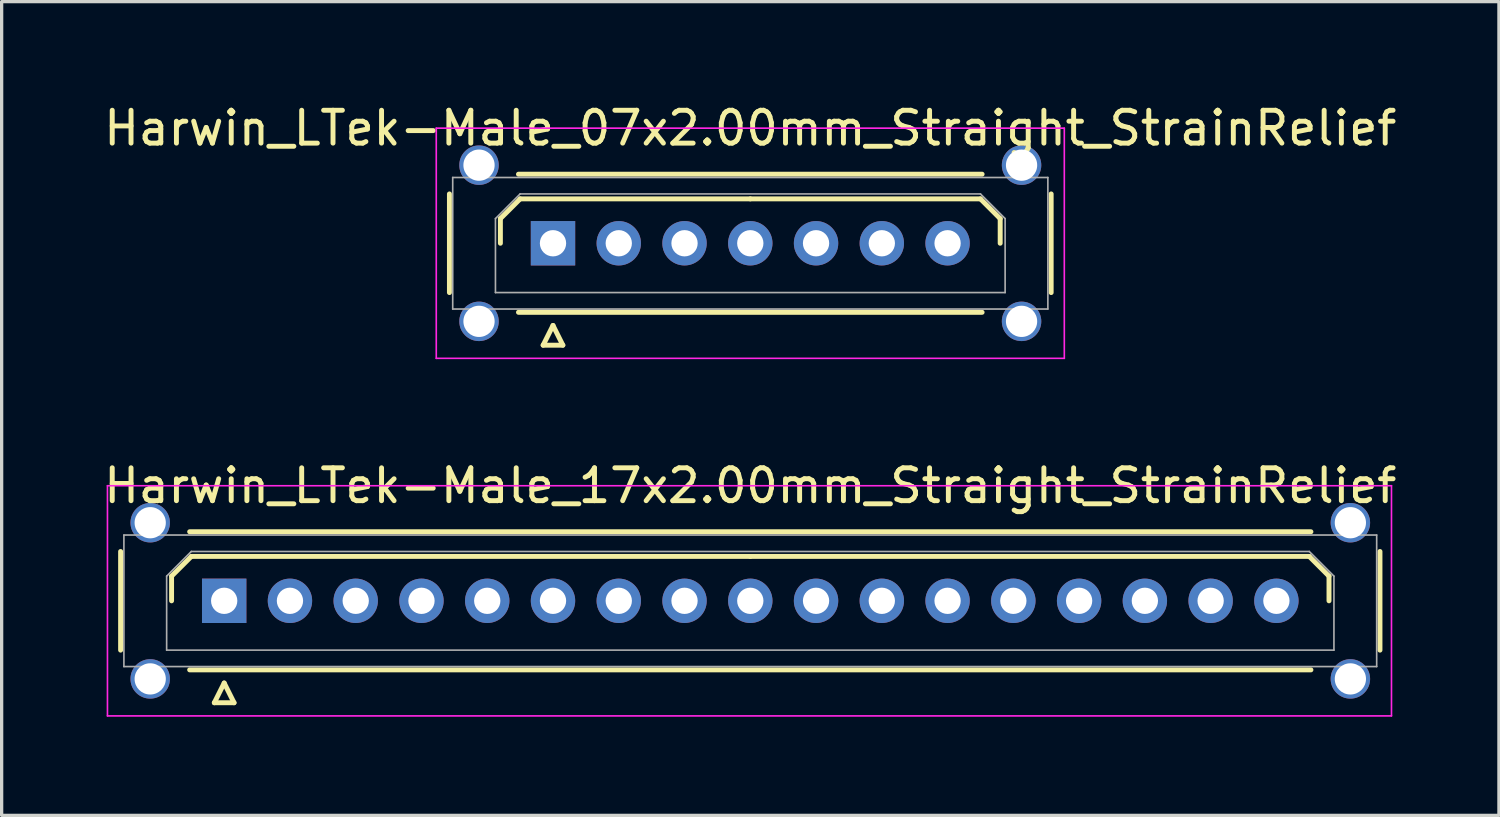
<source format=kicad_pcb>
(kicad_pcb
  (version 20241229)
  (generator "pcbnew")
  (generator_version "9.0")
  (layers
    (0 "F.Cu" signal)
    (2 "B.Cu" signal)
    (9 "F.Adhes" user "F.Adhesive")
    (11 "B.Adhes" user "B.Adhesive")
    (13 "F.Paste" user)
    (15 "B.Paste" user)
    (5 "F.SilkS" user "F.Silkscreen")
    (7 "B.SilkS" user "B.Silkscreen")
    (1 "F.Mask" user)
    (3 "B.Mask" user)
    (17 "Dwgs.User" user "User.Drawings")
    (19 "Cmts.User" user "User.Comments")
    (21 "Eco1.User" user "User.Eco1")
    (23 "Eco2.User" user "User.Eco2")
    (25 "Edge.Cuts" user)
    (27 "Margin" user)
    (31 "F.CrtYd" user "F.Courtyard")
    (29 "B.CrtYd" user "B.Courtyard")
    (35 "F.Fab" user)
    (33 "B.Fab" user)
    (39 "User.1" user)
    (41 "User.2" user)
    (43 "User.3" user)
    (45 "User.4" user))
  (footprint "Harwin_LTek-Male_17x2.00mm_Straight_StrainRelief"
    (layer "F.Cu")
    (at 3.768 15.222)
    (property "Reference" "Harwin_LTek-Male_17x2.00mm_Straight_StrainRelief" (at 16 -3.5 0) (layer "F.SilkS") (effects (font (size 1 1) (thickness 0.15))))
    (attr through_hole)
    (fp_line (start -3.15 -1.5) (end -3.15 1.5) (stroke (width 0.15) (type solid)) (layer "F.SilkS"))
    (fp_line (start -1.6 -0.75) (end -1 -1.35) (stroke (width 0.15) (type solid)) (layer "F.SilkS"))
    (fp_line (start -1.6 0) (end -1.6 -0.75) (stroke (width 0.15) (type solid)) (layer "F.SilkS"))
    (fp_line (start -1.05 -2.1) (end 33.05 -2.1) (stroke (width 0.15) (type solid)) (layer "F.SilkS"))
    (fp_line (start -1.05 2.1) (end 33.05 2.1) (stroke (width 0.15) (type solid)) (layer "F.SilkS"))
    (fp_line (start -1 -1.35) (end 16 -1.35) (stroke (width 0.15) (type solid)) (layer "F.SilkS"))
    (fp_line (start -0.3 3.1) (end 0.3 3.1) (stroke (width 0.15) (type solid)) (layer "F.SilkS"))
    (fp_line (start 0 2.5) (end -0.3 3.1) (stroke (width 0.15) (type solid)) (layer "F.SilkS"))
    (fp_line (start 0.3 3.1) (end 0 2.5) (stroke (width 0.15) (type solid)) (layer "F.SilkS"))
    (fp_line (start 33 -1.35) (end 16 -1.35) (stroke (width 0.15) (type solid)) (layer "F.SilkS"))
    (fp_line (start 33.6 -0.75) (end 33 -1.35) (stroke (width 0.15) (type solid)) (layer "F.SilkS"))
    (fp_line (start 33.6 0) (end 33.6 -0.75) (stroke (width 0.15) (type solid)) (layer "F.SilkS"))
    (fp_line (start 35.15 -1.5) (end 35.15 1.5) (stroke (width 0.15) (type solid)) (layer "F.SilkS"))
    (fp_line (start -3.55 -3.5) (end -3.55 3.5) (stroke (width 0.05) (type solid)) (layer "F.CrtYd"))
    (fp_line (start -3.55 3.5) (end 35.5 3.5) (stroke (width 0.05) (type solid)) (layer "F.CrtYd"))
    (fp_line (start 35.5 -3.5) (end -3.55 -3.5) (stroke (width 0.05) (type solid)) (layer "F.CrtYd"))
    (fp_line (start 35.5 3.5) (end 35.5 -3.5) (stroke (width 0.05) (type solid)) (layer "F.CrtYd"))
    (fp_line (start -3.05 -2) (end -3.05 2) (stroke (width 0.05) (type solid)) (layer "F.Fab"))
    (fp_line (start -3.05 2) (end 35.05 2) (stroke (width 0.05) (type solid)) (layer "F.Fab"))
    (fp_line (start -1.75 -0.75) (end -1 -1.5) (stroke (width 0.05) (type solid)) (layer "F.Fab"))
    (fp_line (start -1.75 1.5) (end -1.75 -0.75) (stroke (width 0.05) (type solid)) (layer "F.Fab"))
    (fp_line (start -1 -1.5) (end 33 -1.5) (stroke (width 0.05) (type solid)) (layer "F.Fab"))
    (fp_line (start 33 -1.5) (end 33.75 -0.75) (stroke (width 0.05) (type solid)) (layer "F.Fab"))
    (fp_line (start 33.75 -0.75) (end 33.75 1.5) (stroke (width 0.05) (type solid)) (layer "F.Fab"))
    (fp_line (start 33.75 1.5) (end -1.75 1.5) (stroke (width 0.05) (type solid)) (layer "F.Fab"))
    (fp_line (start 35.05 -2) (end -3.05 -2) (stroke (width 0.05) (type solid)) (layer "F.Fab"))
    (fp_line (start 35.05 2) (end 35.05 -2) (stroke (width 0.05) (type solid)) (layer "F.Fab"))
    (pad "" thru_hole circle (at -2.25 -2.375) (size 1.2 1.2) (drill 0.95) (layers "*.Cu" "*.Mask"))
    (pad "" thru_hole circle (at -2.25 2.375) (size 1.2 1.2) (drill 0.95) (layers "*.Cu" "*.Mask"))
    (pad "" thru_hole circle (at 34.25 -2.375) (size 1.2 1.2) (drill 0.95) (layers "*.Cu" "*.Mask"))
    (pad "" thru_hole circle (at 34.25 2.375) (size 1.2 1.2) (drill 0.95) (layers "*.Cu" "*.Mask"))
    (pad "1" thru_hole rect (at 0 0) (size 1.35 1.35) (drill 0.8) (layers "*.Cu" "*.Mask"))
    (pad "2" thru_hole circle (at 2 0) (size 1.35 1.35) (drill 0.8) (layers "*.Cu" "*.Mask"))
    (pad "3" thru_hole circle (at 4 0) (size 1.35 1.35) (drill 0.8) (layers "*.Cu" "*.Mask"))
    (pad "4" thru_hole circle (at 6 0) (size 1.35 1.35) (drill 0.8) (layers "*.Cu" "*.Mask"))
    (pad "5" thru_hole circle (at 8 0) (size 1.35 1.35) (drill 0.8) (layers "*.Cu" "*.Mask"))
    (pad "6" thru_hole circle (at 10 0) (size 1.35 1.35) (drill 0.8) (layers "*.Cu" "*.Mask"))
    (pad "7" thru_hole circle (at 12 0) (size 1.35 1.35) (drill 0.8) (layers "*.Cu" "*.Mask"))
    (pad "8" thru_hole circle (at 14 0) (size 1.35 1.35) (drill 0.8) (layers "*.Cu" "*.Mask"))
    (pad "9" thru_hole circle (at 16 0) (size 1.35 1.35) (drill 0.8) (layers "*.Cu" "*.Mask"))
    (pad "10" thru_hole circle (at 18 0) (size 1.35 1.35) (drill 0.8) (layers "*.Cu" "*.Mask"))
    (pad "11" thru_hole circle (at 20 0) (size 1.35 1.35) (drill 0.8) (layers "*.Cu" "*.Mask"))
    (pad "12" thru_hole circle (at 22 0) (size 1.35 1.35) (drill 0.8) (layers "*.Cu" "*.Mask"))
    (pad "13" thru_hole circle (at 24 0) (size 1.35 1.35) (drill 0.8) (layers "*.Cu" "*.Mask"))
    (pad "14" thru_hole circle (at 26 0) (size 1.35 1.35) (drill 0.8) (layers "*.Cu" "*.Mask"))
    (pad "15" thru_hole circle (at 28 0) (size 1.35 1.35) (drill 0.8) (layers "*.Cu" "*.Mask"))
    (pad "16" thru_hole circle (at 30 0) (size 1.35 1.35) (drill 0.8) (layers "*.Cu" "*.Mask"))
    (pad "17" thru_hole circle (at 32 0) (size 1.35 1.35) (drill 0.8) (layers "*.Cu" "*.Mask")))
  (footprint "Harwin_LTek-Male_07x2.00mm_Straight_StrainRelief"
    (layer "F.Cu")
    (at 13.768 4.348)
    (property "Reference" "Harwin_LTek-Male_07x2.00mm_Straight_StrainRelief" (at 6 -3.5 0) (layer "F.SilkS") (effects (font (size 1 1) (thickness 0.15))))
    (attr through_hole)
    (fp_line (start -3.15 -1.5) (end -3.15 1.5) (stroke (width 0.15) (type solid)) (layer "F.SilkS"))
    (fp_line (start -1.6 -0.75) (end -1 -1.35) (stroke (width 0.15) (type solid)) (layer "F.SilkS"))
    (fp_line (start -1.6 0) (end -1.6 -0.75) (stroke (width 0.15) (type solid)) (layer "F.SilkS"))
    (fp_line (start -1.05 -2.1) (end 13.05 -2.1) (stroke (width 0.15) (type solid)) (layer "F.SilkS"))
    (fp_line (start -1.05 2.1) (end 13.05 2.1) (stroke (width 0.15) (type solid)) (layer "F.SilkS"))
    (fp_line (start -1 -1.35) (end 6 -1.35) (stroke (width 0.15) (type solid)) (layer "F.SilkS"))
    (fp_line (start -0.3 3.1) (end 0.3 3.1) (stroke (width 0.15) (type solid)) (layer "F.SilkS"))
    (fp_line (start 0 2.5) (end -0.3 3.1) (stroke (width 0.15) (type solid)) (layer "F.SilkS"))
    (fp_line (start 0.3 3.1) (end 0 2.5) (stroke (width 0.15) (type solid)) (layer "F.SilkS"))
    (fp_line (start 13 -1.35) (end 6 -1.35) (stroke (width 0.15) (type solid)) (layer "F.SilkS"))
    (fp_line (start 13.6 -0.75) (end 13 -1.35) (stroke (width 0.15) (type solid)) (layer "F.SilkS"))
    (fp_line (start 13.6 0) (end 13.6 -0.75) (stroke (width 0.15) (type solid)) (layer "F.SilkS"))
    (fp_line (start 15.15 -1.5) (end 15.15 1.5) (stroke (width 0.15) (type solid)) (layer "F.SilkS"))
    (fp_line (start -3.55 -3.5) (end -3.55 3.5) (stroke (width 0.05) (type solid)) (layer "F.CrtYd"))
    (fp_line (start -3.55 3.5) (end 15.55 3.5) (stroke (width 0.05) (type solid)) (layer "F.CrtYd"))
    (fp_line (start 15.55 -3.5) (end -3.55 -3.5) (stroke (width 0.05) (type solid)) (layer "F.CrtYd"))
    (fp_line (start 15.55 3.5) (end 15.55 -3.5) (stroke (width 0.05) (type solid)) (layer "F.CrtYd"))
    (fp_line (start -3.05 -2) (end -3.05 2) (stroke (width 0.05) (type solid)) (layer "F.Fab"))
    (fp_line (start -3.05 2) (end 15.05 2) (stroke (width 0.05) (type solid)) (layer "F.Fab"))
    (fp_line (start -1.75 -0.75) (end -1 -1.5) (stroke (width 0.05) (type solid)) (layer "F.Fab"))
    (fp_line (start -1.75 1.5) (end -1.75 -0.75) (stroke (width 0.05) (type solid)) (layer "F.Fab"))
    (fp_line (start -1 -1.5) (end 13 -1.5) (stroke (width 0.05) (type solid)) (layer "F.Fab"))
    (fp_line (start 13 -1.5) (end 13.75 -0.75) (stroke (width 0.05) (type solid)) (layer "F.Fab"))
    (fp_line (start 13.75 -0.75) (end 13.75 1.5) (stroke (width 0.05) (type solid)) (layer "F.Fab"))
    (fp_line (start 13.75 1.5) (end -1.75 1.5) (stroke (width 0.05) (type solid)) (layer "F.Fab"))
    (fp_line (start 15.05 -2) (end -3.05 -2) (stroke (width 0.05) (type solid)) (layer "F.Fab"))
    (fp_line (start 15.05 2) (end 15.05 -2) (stroke (width 0.05) (type solid)) (layer "F.Fab"))
    (pad "" thru_hole circle (at -2.25 -2.375) (size 1.2 1.2) (drill 0.95) (layers "*.Cu" "*.Mask"))
    (pad "" thru_hole circle (at -2.25 2.375) (size 1.2 1.2) (drill 0.95) (layers "*.Cu" "*.Mask"))
    (pad "" thru_hole circle (at 14.25 -2.375) (size 1.2 1.2) (drill 0.95) (layers "*.Cu" "*.Mask"))
    (pad "" thru_hole circle (at 14.25 2.375) (size 1.2 1.2) (drill 0.95) (layers "*.Cu" "*.Mask"))
    (pad "1" thru_hole rect (at 0 0) (size 1.35 1.35) (drill 0.8) (layers "*.Cu" "*.Mask"))
    (pad "2" thru_hole circle (at 2 0) (size 1.35 1.35) (drill 0.8) (layers "*.Cu" "*.Mask"))
    (pad "3" thru_hole circle (at 4 0) (size 1.35 1.35) (drill 0.8) (layers "*.Cu" "*.Mask"))
    (pad "4" thru_hole circle (at 6 0) (size 1.35 1.35) (drill 0.8) (layers "*.Cu" "*.Mask"))
    (pad "5" thru_hole circle (at 8 0) (size 1.35 1.35) (drill 0.8) (layers "*.Cu" "*.Mask"))
    (pad "6" thru_hole circle (at 10 0) (size 1.35 1.35) (drill 0.8) (layers "*.Cu" "*.Mask"))
    (pad "7" thru_hole circle (at 12 0) (size 1.35 1.35) (drill 0.8) (layers "*.Cu" "*.Mask")))
  (gr_rect
    (start -3 -3)
    (end 42.536 21.747)
    (stroke (width 0.1) (type default))
    (fill no)
    (layer "Edge.Cuts")))
</source>
